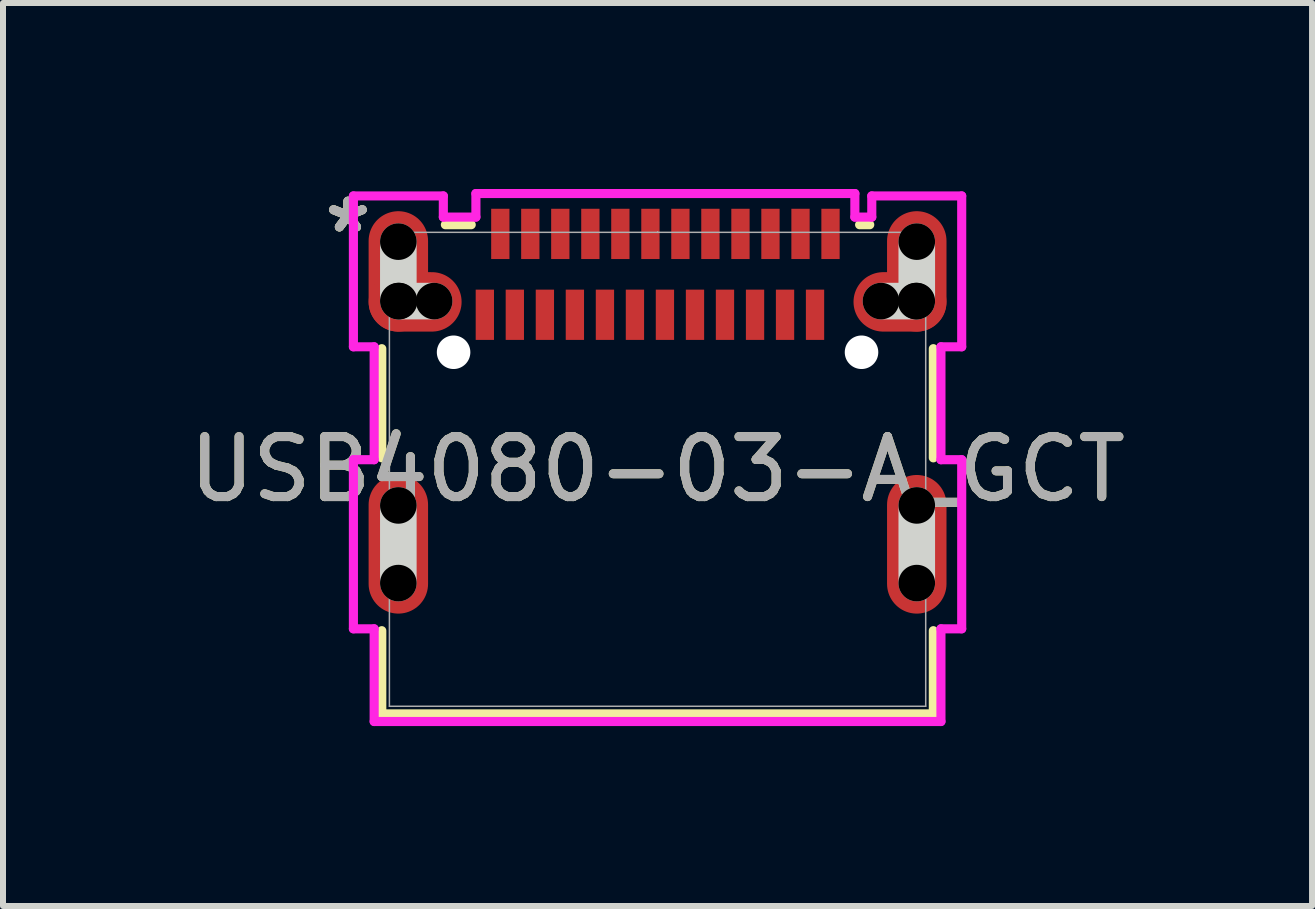
<source format=kicad_pcb>
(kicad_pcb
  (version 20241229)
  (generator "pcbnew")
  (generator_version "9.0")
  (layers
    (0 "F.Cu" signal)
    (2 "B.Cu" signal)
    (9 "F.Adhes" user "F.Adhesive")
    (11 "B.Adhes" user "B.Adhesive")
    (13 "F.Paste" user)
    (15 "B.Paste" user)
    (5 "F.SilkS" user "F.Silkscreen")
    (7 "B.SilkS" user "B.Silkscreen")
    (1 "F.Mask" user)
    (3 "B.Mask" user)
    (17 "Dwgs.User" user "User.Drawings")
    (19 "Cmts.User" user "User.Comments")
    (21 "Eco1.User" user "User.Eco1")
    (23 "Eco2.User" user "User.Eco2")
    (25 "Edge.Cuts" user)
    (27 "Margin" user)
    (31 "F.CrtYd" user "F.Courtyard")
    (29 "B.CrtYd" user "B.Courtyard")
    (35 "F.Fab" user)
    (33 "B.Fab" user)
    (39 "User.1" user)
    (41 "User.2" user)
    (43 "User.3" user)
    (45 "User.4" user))
  (footprint "USB4080-03-A_GCT"
    (layer "F.Cu")
    (at 7.911 4.773)
    (property "Reference" "USB4080-03-A_GCT" (at 0 0 0) (unlocked yes) (layer "F.SilkS") (effects (font (size 1 1) (thickness 0.15))))
    (attr smd)
    (fp_line (start -4.597 -2.011) (end -4.597 -0.191) (stroke (width 0.152) (type solid)) (layer "F.SilkS"))
    (fp_line (start -4.597 2.69) (end -4.597 4.077) (stroke (width 0.152) (type solid)) (layer "F.SilkS"))
    (fp_line (start -4.597 4.077) (end 4.597 4.077) (stroke (width 0.152) (type solid)) (layer "F.SilkS"))
    (fp_line (start -3.106 -4.077) (end -3.537 -4.077) (stroke (width 0.152) (type solid)) (layer "F.SilkS"))
    (fp_line (start 3.537 -4.077) (end 3.368 -4.077) (stroke (width 0.152) (type solid)) (layer "F.SilkS"))
    (fp_line (start 4.597 -0.191) (end 4.597 -2.011) (stroke (width 0.152) (type solid)) (layer "F.SilkS"))
    (fp_line (start 4.597 4.077) (end 4.597 2.69) (stroke (width 0.152) (type solid)) (layer "F.SilkS"))
    (fp_line (start -4.321 -2.804) (end -4.321 -3.795) (stroke (width 0.61) (type solid)) (layer "Edge.Cuts"))
    (fp_line (start -4.321 1.897) (end -4.321 0.602) (stroke (width 0.61) (type solid)) (layer "Edge.Cuts"))
    (fp_line (start -4.308 -2.804) (end -3.724 -2.804) (stroke (width 0.61) (type solid)) (layer "Edge.Cuts"))
    (fp_line (start 3.724 -2.804) (end 4.308 -2.804) (stroke (width 0.61) (type solid)) (layer "Edge.Cuts"))
    (fp_line (start 4.321 -2.804) (end 4.321 -3.795) (stroke (width 0.61) (type solid)) (layer "Edge.Cuts"))
    (fp_line (start 4.321 1.897) (end 4.321 0.602) (stroke (width 0.61) (type solid)) (layer "Edge.Cuts"))
    (fp_line (start -5.07 -4.557) (end -5.07 -2.042) (stroke (width 0.152) (type solid)) (layer "F.CrtYd"))
    (fp_line (start -5.07 -2.042) (end -4.724 -2.042) (stroke (width 0.152) (type solid)) (layer "F.CrtYd"))
    (fp_line (start -5.07 -0.16) (end -5.07 2.659) (stroke (width 0.152) (type solid)) (layer "F.CrtYd"))
    (fp_line (start -5.07 2.659) (end -4.724 2.659) (stroke (width 0.152) (type solid)) (layer "F.CrtYd"))
    (fp_line (start -4.724 -2.042) (end -4.724 -0.16) (stroke (width 0.152) (type solid)) (layer "F.CrtYd"))
    (fp_line (start -4.724 -0.16) (end -5.07 -0.16) (stroke (width 0.152) (type solid)) (layer "F.CrtYd"))
    (fp_line (start -4.724 2.659) (end -4.724 4.204) (stroke (width 0.152) (type solid)) (layer "F.CrtYd"))
    (fp_line (start -4.724 4.204) (end 4.724 4.204) (stroke (width 0.152) (type solid)) (layer "F.CrtYd"))
    (fp_line (start -3.571 -4.557) (end -5.07 -4.557) (stroke (width 0.152) (type solid)) (layer "F.CrtYd"))
    (fp_line (start -3.571 -4.204) (end -3.571 -4.557) (stroke (width 0.152) (type solid)) (layer "F.CrtYd"))
    (fp_line (start -3.028 -4.597) (end -3.028 -4.204) (stroke (width 0.152) (type solid)) (layer "F.CrtYd"))
    (fp_line (start -3.028 -4.204) (end -3.571 -4.204) (stroke (width 0.152) (type solid)) (layer "F.CrtYd"))
    (fp_line (start 3.289 -4.597) (end -3.028 -4.597) (stroke (width 0.152) (type solid)) (layer "F.CrtYd"))
    (fp_line (start 3.289 -4.204) (end 3.289 -4.597) (stroke (width 0.152) (type solid)) (layer "F.CrtYd"))
    (fp_line (start 3.571 -4.557) (end 3.571 -4.204) (stroke (width 0.152) (type solid)) (layer "F.CrtYd"))
    (fp_line (start 3.571 -4.204) (end 3.289 -4.204) (stroke (width 0.152) (type solid)) (layer "F.CrtYd"))
    (fp_line (start 4.724 -2.042) (end 5.07 -2.042) (stroke (width 0.152) (type solid)) (layer "F.CrtYd"))
    (fp_line (start 4.724 -0.16) (end 4.724 -2.042) (stroke (width 0.152) (type solid)) (layer "F.CrtYd"))
    (fp_line (start 4.724 2.659) (end 5.07 2.659) (stroke (width 0.152) (type solid)) (layer "F.CrtYd"))
    (fp_line (start 4.724 4.204) (end 4.724 2.659) (stroke (width 0.152) (type solid)) (layer "F.CrtYd"))
    (fp_line (start 5.07 -4.557) (end 3.571 -4.557) (stroke (width 0.152) (type solid)) (layer "F.CrtYd"))
    (fp_line (start 5.07 -2.042) (end 5.07 -4.557) (stroke (width 0.152) (type solid)) (layer "F.CrtYd"))
    (fp_line (start 5.07 -0.16) (end 4.724 -0.16) (stroke (width 0.152) (type solid)) (layer "F.CrtYd"))
    (fp_line (start 5.07 2.659) (end 5.07 -0.16) (stroke (width 0.152) (type solid)) (layer "F.CrtYd"))
    (fp_line (start -4.47 -3.95) (end -4.47 3.95) (stroke (width 0.025) (type solid)) (layer "F.Fab"))
    (fp_line (start -4.47 3.95) (end 4.47 3.95) (stroke (width 0.025) (type solid)) (layer "F.Fab"))
    (fp_line (start 0 -3.95) (end 0 -3.95) (stroke (width 0.025) (type solid)) (layer "F.Fab"))
    (fp_line (start 0 -3.95) (end 0 -3.95) (stroke (width 0.025) (type solid)) (layer "F.Fab"))
    (fp_line (start 0 -3.95) (end 0 -3.95) (stroke (width 0.025) (type solid)) (layer "F.Fab"))
    (fp_line (start 0 -3.95) (end 0 -3.95) (stroke (width 0.025) (type solid)) (layer "F.Fab"))
    (fp_line (start 4.47 -3.95) (end -4.47 -3.95) (stroke (width 0.025) (type solid)) (layer "F.Fab"))
    (fp_line (start 4.47 3.95) (end 4.47 -3.95) (stroke (width 0.025) (type solid)) (layer "F.Fab"))
    (fp_text user "*" (at -5.161 -3.924 0) (unlocked yes) (layer "F.SilkS") (effects (font (size 1 1) (thickness 0.15))))
    (fp_text user "*" (at -5.161 -3.924 0) (layer "F.SilkS") (effects (font (size 1 1) (thickness 0.15))))
    (fp_text user "*" (at -5.161 -3.924 0) (unlocked yes) (layer "F.Fab") (effects (font (size 1 1) (thickness 0.15))))
    (fp_text user "${REFERENCE}" (at 0 0 0) (unlocked yes) (layer "F.Fab") (effects (font (size 1 1) (thickness 0.15))))
    (fp_text user "*" (at -5.161 -3.924 0) (layer "F.Fab") (effects (font (size 1 1) (thickness 0.15))))
    (pad "" np_thru_hole circle (at -4.321 -3.795) (size 0.61 0.61) (drill 0.61) (layers))
    (pad "" np_thru_hole circle (at -4.321 -2.804) (size 0.61 0.61) (drill 0.61) (layers))
    (pad "" np_thru_hole circle (at -4.321 0.602) (size 0.61 0.61) (drill 0.61) (layers))
    (pad "" np_thru_hole circle (at -4.321 1.897) (size 0.61 0.61) (drill 0.61) (layers))
    (pad "" np_thru_hole circle (at -4.308 -2.804) (size 0.61 0.61) (drill 0.61) (layers))
    (pad "" np_thru_hole circle (at -3.724 -2.804) (size 0.61 0.61) (drill 0.61) (layers))
    (pad "" np_thru_hole circle (at -3.4 -1.951) (size 0.559 0.559) (drill 0.559) (layers "*.Cu" "*.Mask"))
    (pad "" np_thru_hole circle (at 3.4 -1.951) (size 0.559 0.559) (drill 0.559) (layers "*.Cu" "*.Mask"))
    (pad "" np_thru_hole circle (at 3.724 -2.804) (size 0.61 0.61) (drill 0.61) (layers))
    (pad "" np_thru_hole circle (at 4.308 -2.804) (size 0.61 0.61) (drill 0.61) (layers))
    (pad "" np_thru_hole circle (at 4.321 -3.795) (size 0.61 0.61) (drill 0.61) (layers))
    (pad "" np_thru_hole circle (at 4.321 -2.804) (size 0.61 0.61) (drill 0.61) (layers))
    (pad "" np_thru_hole circle (at 4.321 0.602) (size 0.61 0.61) (drill 0.61) (layers))
    (pad "" np_thru_hole circle (at 4.321 1.897) (size 0.61 0.61) (drill 0.61) (layers))
    (pad "27" smd oval (at -4.321 1.25) (size 0.991 2.311) (layers "F.Cu" "F.Mask" "F.Paste"))
    (pad "28" smd oval (at 4.321 1.25) (size 0.991 2.311) (layers "F.Cu" "F.Mask" "F.Paste"))
    (pad "29" smd oval (at -4.321 -3.299) (size 0.991 2.007) (layers "F.Cu" "F.Mask" "F.Paste"))
    (pad "30" smd oval (at 4.321 -3.299) (size 0.991 2.007) (layers "F.Cu" "F.Mask" "F.Paste"))
    (pad "31" smd oval (at -4.041 -2.791) (size 1.549 0.991) (layers "F.Cu" "F.Mask" "F.Paste"))
    (pad "32" smd oval (at 4.041 -2.791) (size 1.549 0.991) (layers "F.Cu" "F.Mask" "F.Paste"))
    (pad "A1" smd rect (at -2.621 -3.924) (size 0.305 0.838) (layers "F.Cu" "F.Mask" "F.Paste"))
    (pad "A2" smd rect (at -2.121 -3.924) (size 0.305 0.838) (layers "F.Cu" "F.Mask" "F.Paste"))
    (pad "A3" smd rect (at -1.621 -3.924) (size 0.305 0.838) (layers "F.Cu" "F.Mask" "F.Paste"))
    (pad "A4" smd rect (at -1.12 -3.924) (size 0.305 0.838) (layers "F.Cu" "F.Mask" "F.Paste"))
    (pad "A5" smd rect (at -0.62 -3.924) (size 0.305 0.838) (layers "F.Cu" "F.Mask" "F.Paste"))
    (pad "A6" smd rect (at -0.119 -3.924) (size 0.305 0.838) (layers "F.Cu" "F.Mask" "F.Paste"))
    (pad "A7" smd rect (at 0.381 -3.924) (size 0.305 0.838) (layers "F.Cu" "F.Mask" "F.Paste"))
    (pad "A8" smd rect (at 0.881 -3.924) (size 0.305 0.838) (layers "F.Cu" "F.Mask" "F.Paste"))
    (pad "A9" smd rect (at 1.382 -3.924) (size 0.305 0.838) (layers "F.Cu" "F.Mask" "F.Paste"))
    (pad "A10" smd rect (at 1.882 -3.924) (size 0.305 0.838) (layers "F.Cu" "F.Mask" "F.Paste"))
    (pad "A11" smd rect (at 2.383 -3.924) (size 0.305 0.838) (layers "F.Cu" "F.Mask" "F.Paste"))
    (pad "A12" smd rect (at 2.883 -3.924) (size 0.305 0.838) (layers "F.Cu" "F.Mask" "F.Paste"))
    (pad "B1" smd rect (at 2.625 -2.576) (size 0.305 0.838) (layers "F.Cu" "F.Mask" "F.Paste"))
    (pad "B2" smd rect (at 2.125 -2.576) (size 0.305 0.838) (layers "F.Cu" "F.Mask" "F.Paste"))
    (pad "B3" smd rect (at 1.625 -2.576) (size 0.305 0.838) (layers "F.Cu" "F.Mask" "F.Paste"))
    (pad "B4" smd rect (at 1.124 -2.576) (size 0.305 0.838) (layers "F.Cu" "F.Mask" "F.Paste"))
    (pad "B5" smd rect (at 0.624 -2.576) (size 0.305 0.838) (layers "F.Cu" "F.Mask" "F.Paste"))
    (pad "B6" smd rect (at 0.123 -2.576) (size 0.305 0.838) (layers "F.Cu" "F.Mask" "F.Paste"))
    (pad "B7" smd rect (at -0.377 -2.576) (size 0.305 0.838) (layers "F.Cu" "F.Mask" "F.Paste"))
    (pad "B8" smd rect (at -0.877 -2.576) (size 0.305 0.838) (layers "F.Cu" "F.Mask" "F.Paste"))
    (pad "B9" smd rect (at -1.378 -2.576) (size 0.305 0.838) (layers "F.Cu" "F.Mask" "F.Paste"))
    (pad "B10" smd rect (at -1.878 -2.576) (size 0.305 0.838) (layers "F.Cu" "F.Mask" "F.Paste"))
    (pad "B11" smd rect (at -2.379 -2.576) (size 0.305 0.838) (layers "F.Cu" "F.Mask" "F.Paste"))
    (pad "B12" smd rect (at -2.879 -2.576) (size 0.305 0.838) (layers "F.Cu" "F.Mask" "F.Paste")))
  (gr_rect
    (start -3 -3)
    (end 18.821 12.052)
    (stroke (width 0.1) (type default))
    (fill no)
    (layer "Edge.Cuts")))
</source>
